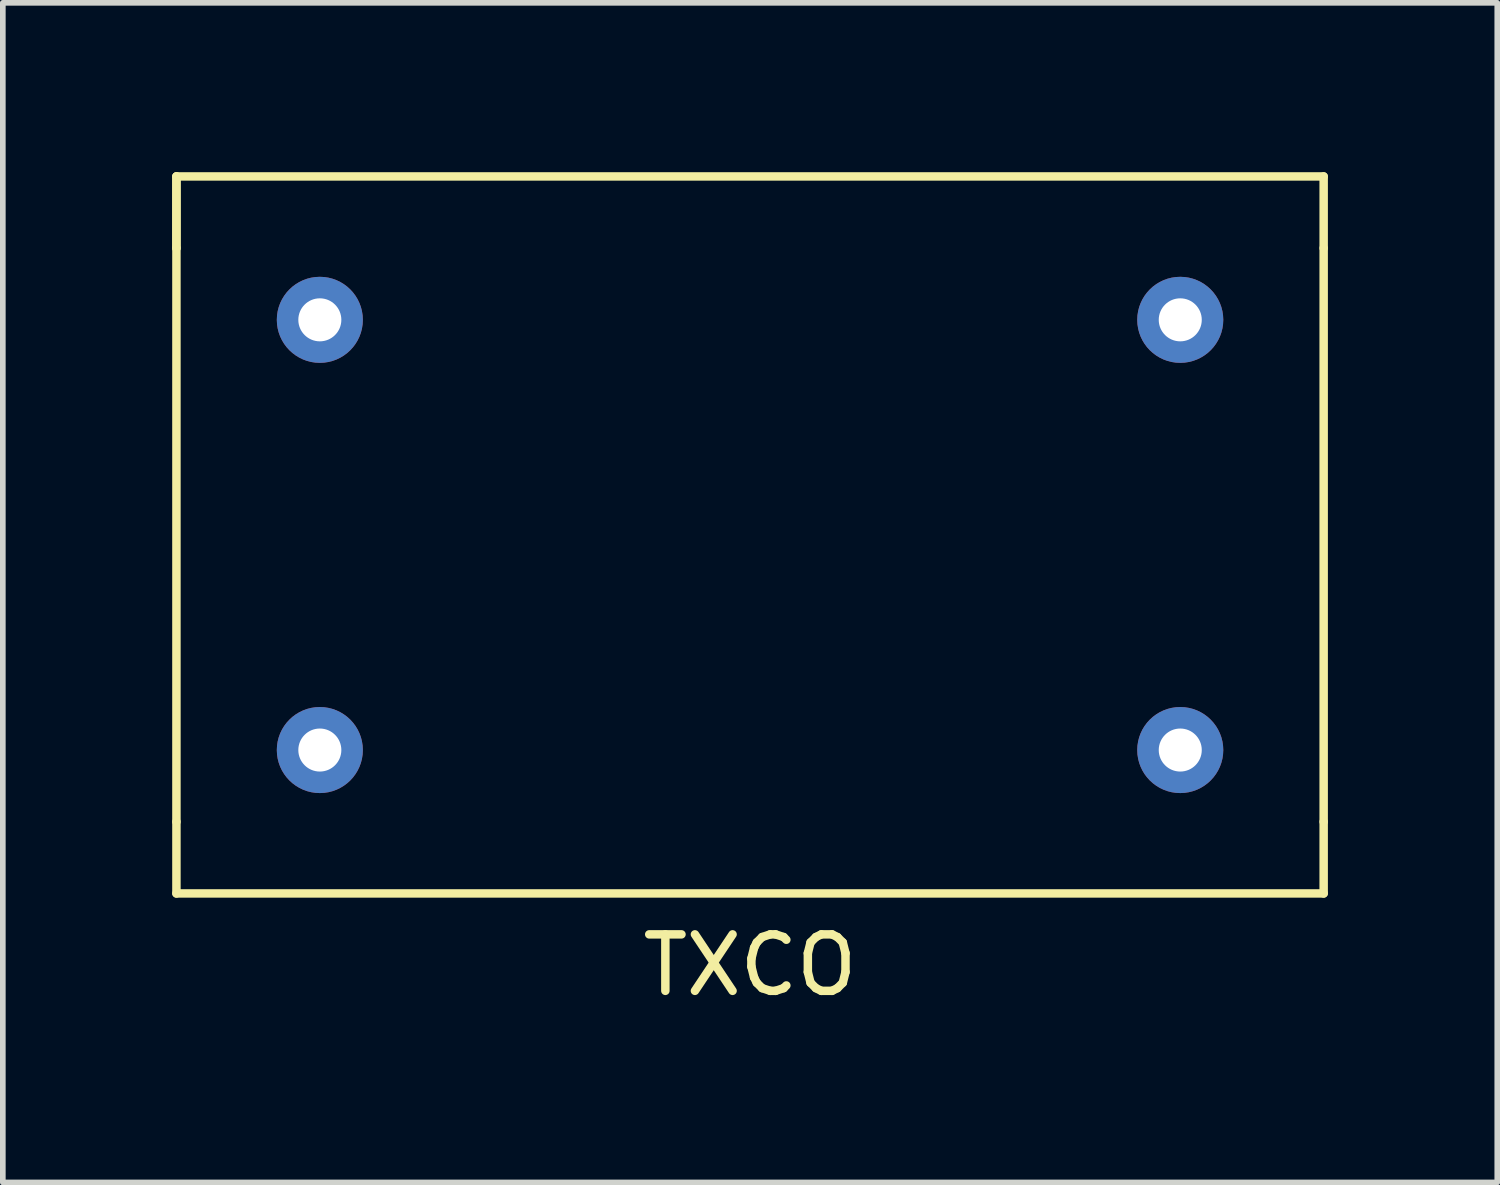
<source format=kicad_pcb>
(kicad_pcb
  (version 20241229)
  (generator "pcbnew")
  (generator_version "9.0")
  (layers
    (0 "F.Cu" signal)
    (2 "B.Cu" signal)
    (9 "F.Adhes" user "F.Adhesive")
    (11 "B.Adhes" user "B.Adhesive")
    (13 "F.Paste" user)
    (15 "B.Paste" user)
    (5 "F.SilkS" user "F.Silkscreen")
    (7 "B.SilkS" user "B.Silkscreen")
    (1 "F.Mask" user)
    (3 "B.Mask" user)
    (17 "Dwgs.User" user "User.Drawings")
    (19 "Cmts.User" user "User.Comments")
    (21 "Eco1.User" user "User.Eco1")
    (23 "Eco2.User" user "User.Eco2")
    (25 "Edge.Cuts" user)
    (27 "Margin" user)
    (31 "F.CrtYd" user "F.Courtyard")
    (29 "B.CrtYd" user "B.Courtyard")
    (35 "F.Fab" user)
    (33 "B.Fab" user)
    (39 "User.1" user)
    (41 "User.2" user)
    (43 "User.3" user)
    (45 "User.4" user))
  (footprint "TXCO"
    (layer "F.Cu")
    (at 10.235 6.425)
    (property "Reference" "TXCO" (at 0 7.62 0) (layer "F.SilkS") (effects (font (size 1 1) (thickness 0.15))))
    (attr through_hole)
    (fp_line (start -10.16 -6.35) (end -10.16 -5.08) (stroke (width 0.15) (type solid)) (layer "F.SilkS"))
    (fp_line (start -10.16 -6.35) (end 10.16 -6.35) (stroke (width 0.15) (type solid)) (layer "F.SilkS"))
    (fp_line (start -10.16 -5.08) (end -10.16 -6.35) (stroke (width 0.15) (type solid)) (layer "F.SilkS"))
    (fp_line (start -10.16 5.08) (end -10.16 -5.08) (stroke (width 0.15) (type solid)) (layer "F.SilkS"))
    (fp_line (start -10.16 5.08) (end -10.16 6.35) (stroke (width 0.15) (type solid)) (layer "F.SilkS"))
    (fp_line (start -10.16 6.35) (end 10.16 6.35) (stroke (width 0.15) (type solid)) (layer "F.SilkS"))
    (fp_line (start 10.16 -6.35) (end 10.16 -5.08) (stroke (width 0.15) (type solid)) (layer "F.SilkS"))
    (fp_line (start 10.16 -5.08) (end 10.16 5.08) (stroke (width 0.15) (type solid)) (layer "F.SilkS"))
    (fp_line (start 10.16 6.35) (end 10.16 5.08) (stroke (width 0.15) (type solid)) (layer "F.SilkS"))
    (pad "1" thru_hole circle (at -7.62 3.81) (size 1.524 1.524) (drill 0.762) (layers "*.Cu" "*.Mask"))
    (pad "7" thru_hole circle (at 7.62 3.81) (size 1.524 1.524) (drill 0.762) (layers "*.Cu" "*.Mask"))
    (pad "8" thru_hole circle (at 7.62 -3.81) (size 1.524 1.524) (drill 0.762) (layers "*.Cu" "*.Mask"))
    (pad "14" thru_hole circle (at -7.62 -3.81) (size 1.524 1.524) (drill 0.762) (layers "*.Cu" "*.Mask")))
  (gr_rect
    (start -3 -3)
    (end 23.47 17.893)
    (stroke (width 0.1) (type default))
    (fill no)
    (layer "Edge.Cuts")))
</source>
